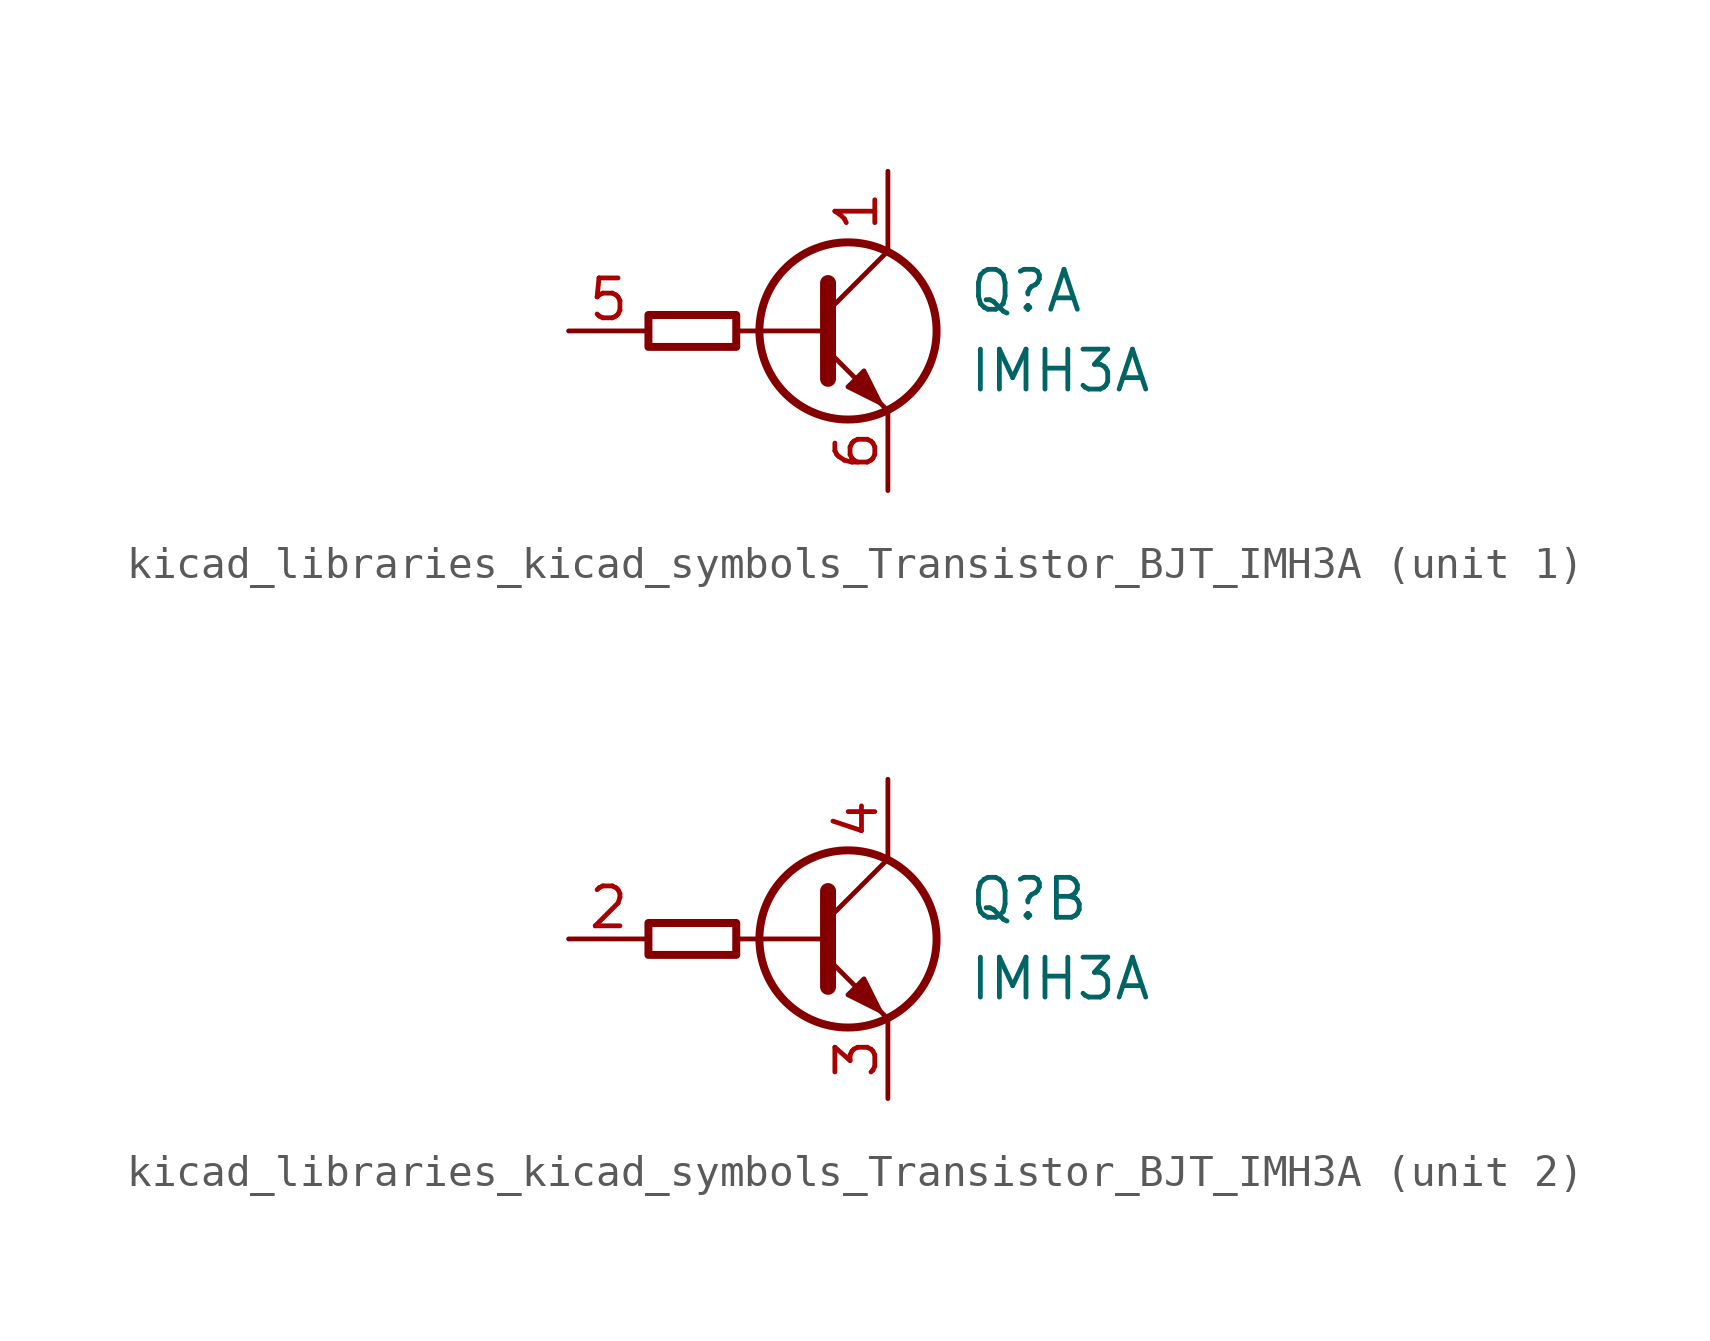
<source format=kicad_sym>
(kicad_symbol_lib
  (version 20220914)
  (generator kicad_symbol_editor)
  (symbol "kicad_libraries_kicad_symbols_Transistor_BJT_IMH3A"
    (pin_names hide)
    (property "Reference" "Q"
      (at 7.62 1.27 0)
      (effects (font (size 1.27 1.27)) (justify left)))
    (property "Value" "IMH3A"
      (at 7.62 -1.27 0)
      (effects (font (size 1.27 1.27)) (justify left)))
    (symbol "kicad_libraries_kicad_symbols_Transistor_BJT_IMH3A_0_1"
      (polyline (pts (xy 3.175 0) (xy 0.254 0)) (stroke (width 0) (type default)) (fill (type none)))
      (polyline (pts (xy 3.175 0.635) (xy 5.08 2.54)) (stroke (width 0) (type default)) (fill (type none)))
      (polyline (pts (xy 3.175 1.524) (xy 3.175 -1.524)) (stroke (width 0.508) (type default)) (fill (type none)))
      (polyline (pts (xy 3.175 -0.635) (xy 5.08 -2.54) (xy 5.08 -2.54)) (stroke (width 0) (type default)) (fill (type none)))
      (polyline (pts (xy 3.81 -1.778) (xy 4.318 -1.27) (xy 4.826 -2.286) (xy 3.81 -1.778) (xy 3.81 -1.778)) (stroke (width 0) (type default)) (fill (type outline)))
      (rectangle (start 0.254 0.508) (end -2.54 -0.508) (stroke (width 0.254) (type default)) (fill (type none)))
      (circle (center 3.81 0) (radius 2.819) (stroke (width 0.254) (type default)) (fill (type none))))
    (symbol "kicad_libraries_kicad_symbols_Transistor_BJT_IMH3A_1_1"
      (pin passive line (at 5.08 5.08 270) (length 2.54) (name "C1" (effects (font (size 1.27 1.27)))) (number "1" (effects (font (size 1.27 1.27)))))
      (pin input line (at -5.08 0 0) (length 2.54) (name "B1" (effects (font (size 1.27 1.27)))) (number "5" (effects (font (size 1.27 1.27)))))
      (pin passive line (at 5.08 -5.08 90) (length 2.54) (name "E1" (effects (font (size 1.27 1.27)))) (number "6" (effects (font (size 1.27 1.27))))))
    (symbol "kicad_libraries_kicad_symbols_Transistor_BJT_IMH3A_2_1"
      (pin input line (at -5.08 0 0) (length 2.54) (name "B2" (effects (font (size 1.27 1.27)))) (number "2" (effects (font (size 1.27 1.27)))))
      (pin passive line (at 5.08 -5.08 90) (length 2.54) (name "E2" (effects (font (size 1.27 1.27)))) (number "3" (effects (font (size 1.27 1.27)))))
      (pin passive line (at 5.08 5.08 270) (length 2.54) (name "C2" (effects (font (size 1.27 1.27)))) (number "4" (effects (font (size 1.27 1.27))))))))
</source>
